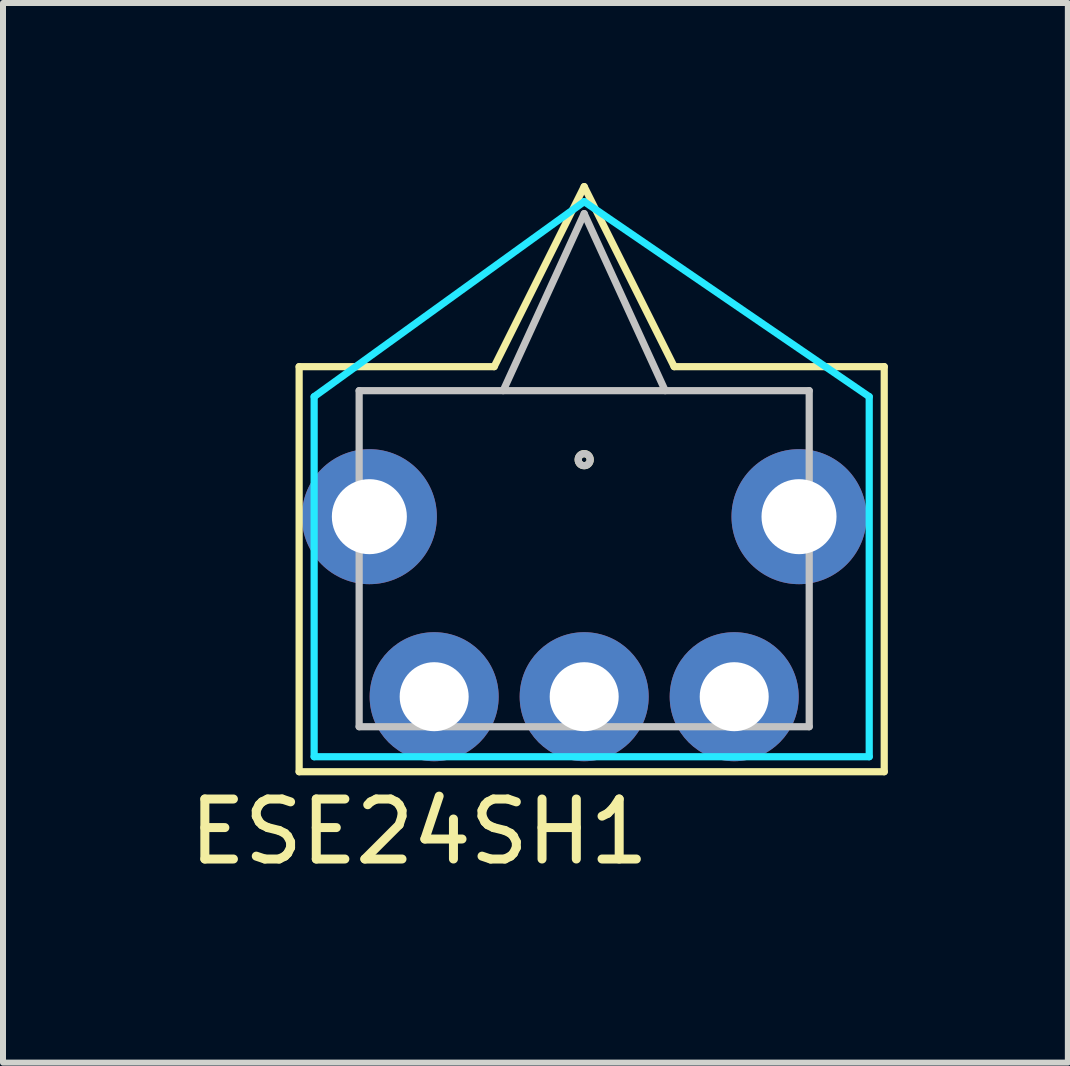
<source format=kicad_pcb>
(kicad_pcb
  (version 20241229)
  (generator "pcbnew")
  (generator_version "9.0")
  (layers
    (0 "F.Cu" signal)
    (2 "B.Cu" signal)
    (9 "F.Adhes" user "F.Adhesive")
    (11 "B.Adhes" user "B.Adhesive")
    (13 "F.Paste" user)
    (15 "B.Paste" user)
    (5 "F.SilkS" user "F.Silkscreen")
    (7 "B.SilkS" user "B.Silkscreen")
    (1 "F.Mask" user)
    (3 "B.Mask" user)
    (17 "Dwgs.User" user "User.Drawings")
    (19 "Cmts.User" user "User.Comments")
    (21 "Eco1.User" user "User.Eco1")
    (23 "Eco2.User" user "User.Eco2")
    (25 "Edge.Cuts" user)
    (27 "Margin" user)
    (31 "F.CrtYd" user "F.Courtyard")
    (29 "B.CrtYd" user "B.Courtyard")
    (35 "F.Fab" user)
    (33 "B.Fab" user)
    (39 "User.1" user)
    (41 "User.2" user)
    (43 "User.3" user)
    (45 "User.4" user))
  (footprint "ESE24SH1"
    (layer "F.Cu")
    (at 6.685 8.56)
    (property "Reference" "ESE24SH1" (at -2.75 2.25 0) (layer "F.SilkS") (effects (font (size 1 1) (thickness 0.15))))
    (attr through_hole)
    (fp_line (start -4.75 -5.5) (end -4.75 1.25) (stroke (width 0.12) (type solid)) (layer "F.SilkS"))
    (fp_line (start -4.75 1.25) (end 5 1.25) (stroke (width 0.12) (type solid)) (layer "F.SilkS"))
    (fp_line (start -1.5 -5.5) (end -4.75 -5.5) (stroke (width 0.12) (type solid)) (layer "F.SilkS"))
    (fp_line (start 0 -8.5) (end -1.5 -5.5) (stroke (width 0.12) (type solid)) (layer "F.SilkS"))
    (fp_line (start 1.5 -5.5) (end 0 -8.5) (stroke (width 0.12) (type solid)) (layer "F.SilkS"))
    (fp_line (start 5 -5.5) (end 1.5 -5.5) (stroke (width 0.12) (type solid)) (layer "F.SilkS"))
    (fp_line (start 5 1.25) (end 5 -5.5) (stroke (width 0.12) (type solid)) (layer "F.SilkS"))
    (fp_circle (center 0 -3.95) (end 0.1 -3.95) (stroke (width 0.12) (type solid)) (fill no) (layer "F.SilkS"))
    (fp_line (start -3.75 0.5) (end -3.75 -5.1) (stroke (width 0.12) (type solid)) (layer "Dwgs.User"))
    (fp_line (start -3.75 0.5) (end 3.75 0.5) (stroke (width 0.12) (type solid)) (layer "Dwgs.User"))
    (fp_line (start 0 -8.05) (end -1.35 -5.1) (stroke (width 0.12) (type solid)) (layer "Dwgs.User"))
    (fp_line (start 0 -8.05) (end 1.35 -5.1) (stroke (width 0.12) (type solid)) (layer "Dwgs.User"))
    (fp_line (start 3.75 -5.1) (end -3.75 -5.1) (stroke (width 0.12) (type solid)) (layer "Dwgs.User"))
    (fp_line (start 3.75 0.5) (end 3.75 -5.1) (stroke (width 0.12) (type solid)) (layer "Dwgs.User"))
    (fp_circle (center 0 -3.95) (end 0.1 -3.95) (stroke (width 0.12) (type solid)) (fill no) (layer "Dwgs.User"))
    (fp_line (start -4.5 -5) (end 0 -8.25) (stroke (width 0.12) (type solid)) (layer "B.CrtYd"))
    (fp_line (start -4.5 1) (end -4.5 -5) (stroke (width 0.12) (type solid)) (layer "B.CrtYd"))
    (fp_line (start 0 -8.25) (end 4.75 -5) (stroke (width 0.12) (type solid)) (layer "B.CrtYd"))
    (fp_line (start 4.75 -5) (end 4.75 1) (stroke (width 0.12) (type solid)) (layer "B.CrtYd"))
    (fp_line (start 4.75 1) (end -4.5 1) (stroke (width 0.12) (type solid)) (layer "B.CrtYd"))
    (pad "" thru_hole circle (at -3.58 -3) (size 2.25 2.25) (drill 1.25) (layers "*.Cu" "*.Mask"))
    (pad "" thru_hole circle (at 3.58 -3) (size 2.25 2.25) (drill 1.25) (layers "*.Cu" "*.Mask"))
    (pad "1" thru_hole circle (at -2.5 0) (size 2.15 2.15) (drill 1.15) (layers "*.Cu" "*.Mask"))
    (pad "2" thru_hole circle (at 0 0) (size 2.15 2.15) (drill 1.15) (layers "*.Cu" "*.Mask"))
    (pad "3" thru_hole circle (at 2.5 0) (size 2.15 2.15) (drill 1.15) (layers "*.Cu" "*.Mask")))
  (gr_rect
    (start -3 -3)
    (end 14.745 14.658)
    (stroke (width 0.1) (type default))
    (fill no)
    (layer "Edge.Cuts")))
</source>
